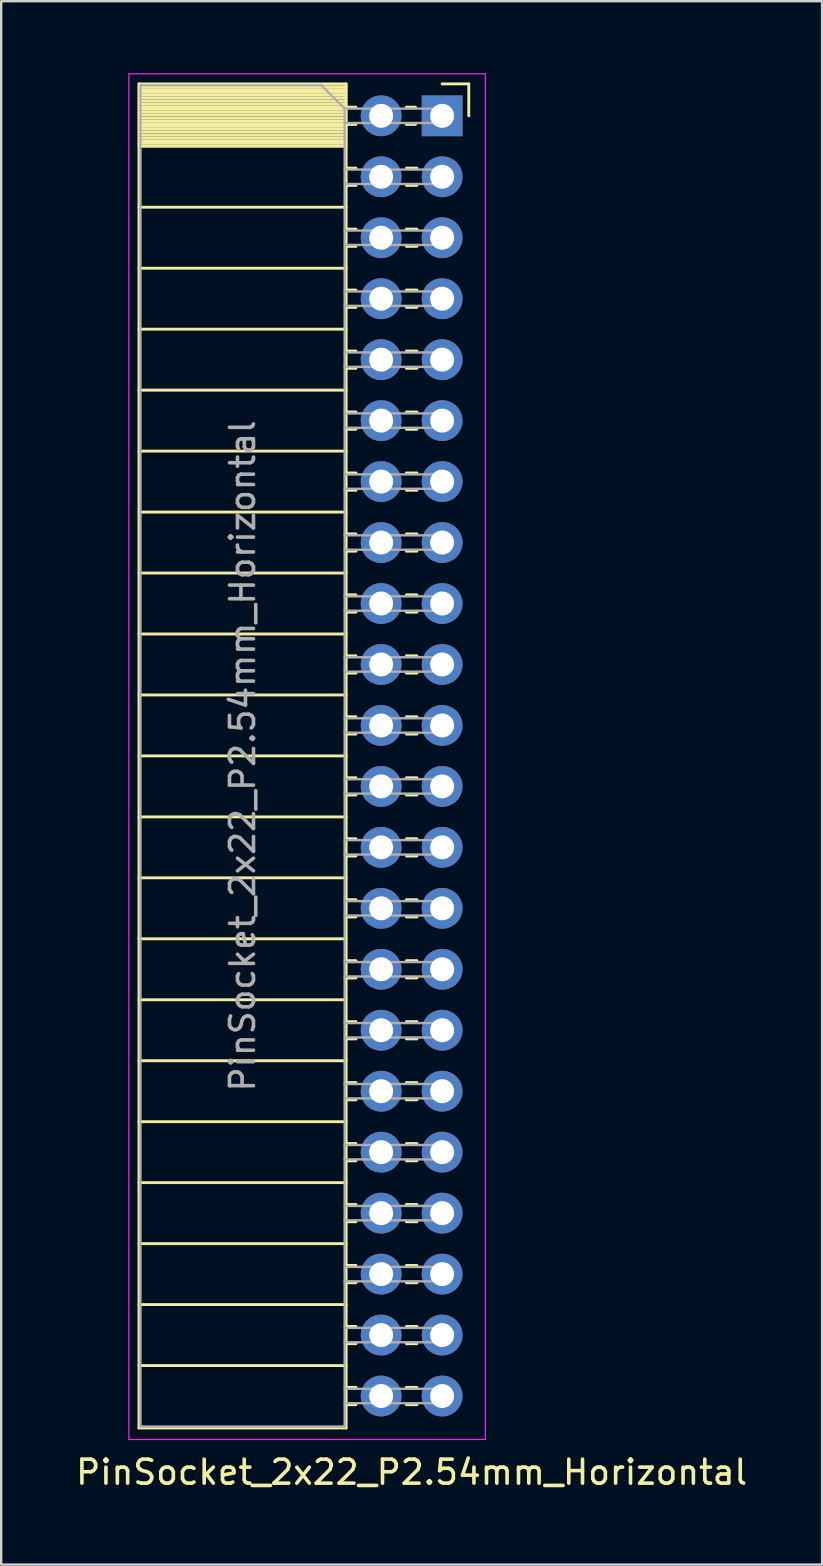
<source format=kicad_pcb>
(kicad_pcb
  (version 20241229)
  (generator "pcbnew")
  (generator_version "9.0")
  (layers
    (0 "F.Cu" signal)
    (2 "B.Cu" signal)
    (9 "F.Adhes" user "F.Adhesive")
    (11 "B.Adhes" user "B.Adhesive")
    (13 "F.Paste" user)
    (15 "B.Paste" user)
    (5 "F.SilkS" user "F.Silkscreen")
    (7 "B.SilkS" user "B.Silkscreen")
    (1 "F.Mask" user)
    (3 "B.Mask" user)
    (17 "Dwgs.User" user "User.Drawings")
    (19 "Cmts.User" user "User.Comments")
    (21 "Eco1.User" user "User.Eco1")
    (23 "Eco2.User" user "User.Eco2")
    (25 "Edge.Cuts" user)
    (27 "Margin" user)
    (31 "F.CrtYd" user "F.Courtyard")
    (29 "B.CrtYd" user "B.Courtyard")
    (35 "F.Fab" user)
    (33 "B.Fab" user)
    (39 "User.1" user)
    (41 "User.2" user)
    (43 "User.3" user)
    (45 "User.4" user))
  (footprint "PinSocket_2x22_P2.54mm_Horizontal"
    (layer "F.Cu")
    (at 15.371 1.775)
    (property "Reference" "PinSocket_2x22_P2.54mm_Horizontal" (at -1.27 56.515 180) (layer "F.SilkS") (effects (font (size 1 1) (thickness 0.15))))
    (attr through_hole)
    (fp_line (start -12.63 -1.33) (end -12.63 54.67) (stroke (width 0.12) (type solid)) (layer "F.SilkS"))
    (fp_line (start -12.63 -1.33) (end -4 -1.33) (stroke (width 0.12) (type solid)) (layer "F.SilkS"))
    (fp_line (start -12.63 -1.21) (end -4 -1.21) (stroke (width 0.12) (type solid)) (layer "F.SilkS"))
    (fp_line (start -12.63 -1.092) (end -4 -1.092) (stroke (width 0.12) (type solid)) (layer "F.SilkS"))
    (fp_line (start -12.63 -0.974) (end -4 -0.974) (stroke (width 0.12) (type solid)) (layer "F.SilkS"))
    (fp_line (start -12.63 -0.856) (end -4 -0.856) (stroke (width 0.12) (type solid)) (layer "F.SilkS"))
    (fp_line (start -12.63 -0.738) (end -4 -0.738) (stroke (width 0.12) (type solid)) (layer "F.SilkS"))
    (fp_line (start -12.63 -0.62) (end -4 -0.62) (stroke (width 0.12) (type solid)) (layer "F.SilkS"))
    (fp_line (start -12.63 -0.501) (end -4 -0.501) (stroke (width 0.12) (type solid)) (layer "F.SilkS"))
    (fp_line (start -12.63 -0.383) (end -4 -0.383) (stroke (width 0.12) (type solid)) (layer "F.SilkS"))
    (fp_line (start -12.63 -0.265) (end -4 -0.265) (stroke (width 0.12) (type solid)) (layer "F.SilkS"))
    (fp_line (start -12.63 -0.147) (end -4 -0.147) (stroke (width 0.12) (type solid)) (layer "F.SilkS"))
    (fp_line (start -12.63 -0.029) (end -4 -0.029) (stroke (width 0.12) (type solid)) (layer "F.SilkS"))
    (fp_line (start -12.63 0.089) (end -4 0.089) (stroke (width 0.12) (type solid)) (layer "F.SilkS"))
    (fp_line (start -12.63 0.207) (end -4 0.207) (stroke (width 0.12) (type solid)) (layer "F.SilkS"))
    (fp_line (start -12.63 0.325) (end -4 0.325) (stroke (width 0.12) (type solid)) (layer "F.SilkS"))
    (fp_line (start -12.63 0.443) (end -4 0.443) (stroke (width 0.12) (type solid)) (layer "F.SilkS"))
    (fp_line (start -12.63 0.561) (end -4 0.561) (stroke (width 0.12) (type solid)) (layer "F.SilkS"))
    (fp_line (start -12.63 0.68) (end -4 0.68) (stroke (width 0.12) (type solid)) (layer "F.SilkS"))
    (fp_line (start -12.63 0.798) (end -4 0.798) (stroke (width 0.12) (type solid)) (layer "F.SilkS"))
    (fp_line (start -12.63 0.916) (end -4 0.916) (stroke (width 0.12) (type solid)) (layer "F.SilkS"))
    (fp_line (start -12.63 1.034) (end -4 1.034) (stroke (width 0.12) (type solid)) (layer "F.SilkS"))
    (fp_line (start -12.63 1.152) (end -4 1.152) (stroke (width 0.12) (type solid)) (layer "F.SilkS"))
    (fp_line (start -12.63 1.27) (end -4 1.27) (stroke (width 0.12) (type solid)) (layer "F.SilkS"))
    (fp_line (start -12.63 3.81) (end -4 3.81) (stroke (width 0.12) (type solid)) (layer "F.SilkS"))
    (fp_line (start -12.63 6.35) (end -4 6.35) (stroke (width 0.12) (type solid)) (layer "F.SilkS"))
    (fp_line (start -12.63 8.89) (end -4 8.89) (stroke (width 0.12) (type solid)) (layer "F.SilkS"))
    (fp_line (start -12.63 11.43) (end -4 11.43) (stroke (width 0.12) (type solid)) (layer "F.SilkS"))
    (fp_line (start -12.63 13.97) (end -4 13.97) (stroke (width 0.12) (type solid)) (layer "F.SilkS"))
    (fp_line (start -12.63 16.51) (end -4 16.51) (stroke (width 0.12) (type solid)) (layer "F.SilkS"))
    (fp_line (start -12.63 19.05) (end -4 19.05) (stroke (width 0.12) (type solid)) (layer "F.SilkS"))
    (fp_line (start -12.63 21.59) (end -4 21.59) (stroke (width 0.12) (type solid)) (layer "F.SilkS"))
    (fp_line (start -12.63 24.13) (end -4 24.13) (stroke (width 0.12) (type solid)) (layer "F.SilkS"))
    (fp_line (start -12.63 26.67) (end -4 26.67) (stroke (width 0.12) (type solid)) (layer "F.SilkS"))
    (fp_line (start -12.63 29.21) (end -4 29.21) (stroke (width 0.12) (type solid)) (layer "F.SilkS"))
    (fp_line (start -12.63 31.75) (end -4 31.75) (stroke (width 0.12) (type solid)) (layer "F.SilkS"))
    (fp_line (start -12.63 34.29) (end -4 34.29) (stroke (width 0.12) (type solid)) (layer "F.SilkS"))
    (fp_line (start -12.63 36.83) (end -4 36.83) (stroke (width 0.12) (type solid)) (layer "F.SilkS"))
    (fp_line (start -12.63 39.37) (end -4 39.37) (stroke (width 0.12) (type solid)) (layer "F.SilkS"))
    (fp_line (start -12.63 41.91) (end -4 41.91) (stroke (width 0.12) (type solid)) (layer "F.SilkS"))
    (fp_line (start -12.63 44.45) (end -4 44.45) (stroke (width 0.12) (type solid)) (layer "F.SilkS"))
    (fp_line (start -12.63 46.99) (end -4 46.99) (stroke (width 0.12) (type solid)) (layer "F.SilkS"))
    (fp_line (start -12.63 49.53) (end -4 49.53) (stroke (width 0.12) (type solid)) (layer "F.SilkS"))
    (fp_line (start -12.63 52.07) (end -4 52.07) (stroke (width 0.12) (type solid)) (layer "F.SilkS"))
    (fp_line (start -12.63 54.67) (end -4 54.67) (stroke (width 0.12) (type solid)) (layer "F.SilkS"))
    (fp_line (start -4 -1.33) (end -4 54.67) (stroke (width 0.12) (type solid)) (layer "F.SilkS"))
    (fp_line (start -4 -0.36) (end -3.59 -0.36) (stroke (width 0.12) (type solid)) (layer "F.SilkS"))
    (fp_line (start -4 0.36) (end -3.59 0.36) (stroke (width 0.12) (type solid)) (layer "F.SilkS"))
    (fp_line (start -4 2.18) (end -3.59 2.18) (stroke (width 0.12) (type solid)) (layer "F.SilkS"))
    (fp_line (start -4 2.9) (end -3.59 2.9) (stroke (width 0.12) (type solid)) (layer "F.SilkS"))
    (fp_line (start -4 4.72) (end -3.59 4.72) (stroke (width 0.12) (type solid)) (layer "F.SilkS"))
    (fp_line (start -4 5.44) (end -3.59 5.44) (stroke (width 0.12) (type solid)) (layer "F.SilkS"))
    (fp_line (start -4 7.26) (end -3.59 7.26) (stroke (width 0.12) (type solid)) (layer "F.SilkS"))
    (fp_line (start -4 7.98) (end -3.59 7.98) (stroke (width 0.12) (type solid)) (layer "F.SilkS"))
    (fp_line (start -4 9.8) (end -3.59 9.8) (stroke (width 0.12) (type solid)) (layer "F.SilkS"))
    (fp_line (start -4 10.52) (end -3.59 10.52) (stroke (width 0.12) (type solid)) (layer "F.SilkS"))
    (fp_line (start -4 12.34) (end -3.59 12.34) (stroke (width 0.12) (type solid)) (layer "F.SilkS"))
    (fp_line (start -4 13.06) (end -3.59 13.06) (stroke (width 0.12) (type solid)) (layer "F.SilkS"))
    (fp_line (start -4 14.88) (end -3.59 14.88) (stroke (width 0.12) (type solid)) (layer "F.SilkS"))
    (fp_line (start -4 15.6) (end -3.59 15.6) (stroke (width 0.12) (type solid)) (layer "F.SilkS"))
    (fp_line (start -4 17.42) (end -3.59 17.42) (stroke (width 0.12) (type solid)) (layer "F.SilkS"))
    (fp_line (start -4 18.14) (end -3.59 18.14) (stroke (width 0.12) (type solid)) (layer "F.SilkS"))
    (fp_line (start -4 19.96) (end -3.59 19.96) (stroke (width 0.12) (type solid)) (layer "F.SilkS"))
    (fp_line (start -4 20.68) (end -3.59 20.68) (stroke (width 0.12) (type solid)) (layer "F.SilkS"))
    (fp_line (start -4 22.5) (end -3.59 22.5) (stroke (width 0.12) (type solid)) (layer "F.SilkS"))
    (fp_line (start -4 23.22) (end -3.59 23.22) (stroke (width 0.12) (type solid)) (layer "F.SilkS"))
    (fp_line (start -4 25.04) (end -3.59 25.04) (stroke (width 0.12) (type solid)) (layer "F.SilkS"))
    (fp_line (start -4 25.76) (end -3.59 25.76) (stroke (width 0.12) (type solid)) (layer "F.SilkS"))
    (fp_line (start -4 27.58) (end -3.59 27.58) (stroke (width 0.12) (type solid)) (layer "F.SilkS"))
    (fp_line (start -4 28.3) (end -3.59 28.3) (stroke (width 0.12) (type solid)) (layer "F.SilkS"))
    (fp_line (start -4 30.12) (end -3.59 30.12) (stroke (width 0.12) (type solid)) (layer "F.SilkS"))
    (fp_line (start -4 30.84) (end -3.59 30.84) (stroke (width 0.12) (type solid)) (layer "F.SilkS"))
    (fp_line (start -4 32.66) (end -3.59 32.66) (stroke (width 0.12) (type solid)) (layer "F.SilkS"))
    (fp_line (start -4 33.38) (end -3.59 33.38) (stroke (width 0.12) (type solid)) (layer "F.SilkS"))
    (fp_line (start -4 35.2) (end -3.59 35.2) (stroke (width 0.12) (type solid)) (layer "F.SilkS"))
    (fp_line (start -4 35.92) (end -3.59 35.92) (stroke (width 0.12) (type solid)) (layer "F.SilkS"))
    (fp_line (start -4 37.74) (end -3.59 37.74) (stroke (width 0.12) (type solid)) (layer "F.SilkS"))
    (fp_line (start -4 38.46) (end -3.59 38.46) (stroke (width 0.12) (type solid)) (layer "F.SilkS"))
    (fp_line (start -4 40.28) (end -3.59 40.28) (stroke (width 0.12) (type solid)) (layer "F.SilkS"))
    (fp_line (start -4 41) (end -3.59 41) (stroke (width 0.12) (type solid)) (layer "F.SilkS"))
    (fp_line (start -4 42.82) (end -3.59 42.82) (stroke (width 0.12) (type solid)) (layer "F.SilkS"))
    (fp_line (start -4 43.54) (end -3.59 43.54) (stroke (width 0.12) (type solid)) (layer "F.SilkS"))
    (fp_line (start -4 45.36) (end -3.59 45.36) (stroke (width 0.12) (type solid)) (layer "F.SilkS"))
    (fp_line (start -4 46.08) (end -3.59 46.08) (stroke (width 0.12) (type solid)) (layer "F.SilkS"))
    (fp_line (start -4 47.9) (end -3.59 47.9) (stroke (width 0.12) (type solid)) (layer "F.SilkS"))
    (fp_line (start -4 48.62) (end -3.59 48.62) (stroke (width 0.12) (type solid)) (layer "F.SilkS"))
    (fp_line (start -4 50.44) (end -3.59 50.44) (stroke (width 0.12) (type solid)) (layer "F.SilkS"))
    (fp_line (start -4 51.16) (end -3.59 51.16) (stroke (width 0.12) (type solid)) (layer "F.SilkS"))
    (fp_line (start -4 52.98) (end -3.59 52.98) (stroke (width 0.12) (type solid)) (layer "F.SilkS"))
    (fp_line (start -4 53.7) (end -3.59 53.7) (stroke (width 0.12) (type solid)) (layer "F.SilkS"))
    (fp_line (start -1.49 -0.36) (end -1.11 -0.36) (stroke (width 0.12) (type solid)) (layer "F.SilkS"))
    (fp_line (start -1.49 0.36) (end -1.11 0.36) (stroke (width 0.12) (type solid)) (layer "F.SilkS"))
    (fp_line (start -1.49 2.18) (end -1.05 2.18) (stroke (width 0.12) (type solid)) (layer "F.SilkS"))
    (fp_line (start -1.49 2.9) (end -1.05 2.9) (stroke (width 0.12) (type solid)) (layer "F.SilkS"))
    (fp_line (start -1.49 4.72) (end -1.05 4.72) (stroke (width 0.12) (type solid)) (layer "F.SilkS"))
    (fp_line (start -1.49 5.44) (end -1.05 5.44) (stroke (width 0.12) (type solid)) (layer "F.SilkS"))
    (fp_line (start -1.49 7.26) (end -1.05 7.26) (stroke (width 0.12) (type solid)) (layer "F.SilkS"))
    (fp_line (start -1.49 7.98) (end -1.05 7.98) (stroke (width 0.12) (type solid)) (layer "F.SilkS"))
    (fp_line (start -1.49 9.8) (end -1.05 9.8) (stroke (width 0.12) (type solid)) (layer "F.SilkS"))
    (fp_line (start -1.49 10.52) (end -1.05 10.52) (stroke (width 0.12) (type solid)) (layer "F.SilkS"))
    (fp_line (start -1.49 12.34) (end -1.05 12.34) (stroke (width 0.12) (type solid)) (layer "F.SilkS"))
    (fp_line (start -1.49 13.06) (end -1.05 13.06) (stroke (width 0.12) (type solid)) (layer "F.SilkS"))
    (fp_line (start -1.49 14.88) (end -1.05 14.88) (stroke (width 0.12) (type solid)) (layer "F.SilkS"))
    (fp_line (start -1.49 15.6) (end -1.05 15.6) (stroke (width 0.12) (type solid)) (layer "F.SilkS"))
    (fp_line (start -1.49 17.42) (end -1.05 17.42) (stroke (width 0.12) (type solid)) (layer "F.SilkS"))
    (fp_line (start -1.49 18.14) (end -1.05 18.14) (stroke (width 0.12) (type solid)) (layer "F.SilkS"))
    (fp_line (start -1.49 19.96) (end -1.05 19.96) (stroke (width 0.12) (type solid)) (layer "F.SilkS"))
    (fp_line (start -1.49 20.68) (end -1.05 20.68) (stroke (width 0.12) (type solid)) (layer "F.SilkS"))
    (fp_line (start -1.49 22.5) (end -1.05 22.5) (stroke (width 0.12) (type solid)) (layer "F.SilkS"))
    (fp_line (start -1.49 23.22) (end -1.05 23.22) (stroke (width 0.12) (type solid)) (layer "F.SilkS"))
    (fp_line (start -1.49 25.04) (end -1.05 25.04) (stroke (width 0.12) (type solid)) (layer "F.SilkS"))
    (fp_line (start -1.49 25.76) (end -1.05 25.76) (stroke (width 0.12) (type solid)) (layer "F.SilkS"))
    (fp_line (start -1.49 27.58) (end -1.05 27.58) (stroke (width 0.12) (type solid)) (layer "F.SilkS"))
    (fp_line (start -1.49 28.3) (end -1.05 28.3) (stroke (width 0.12) (type solid)) (layer "F.SilkS"))
    (fp_line (start -1.49 30.12) (end -1.05 30.12) (stroke (width 0.12) (type solid)) (layer "F.SilkS"))
    (fp_line (start -1.49 30.84) (end -1.05 30.84) (stroke (width 0.12) (type solid)) (layer "F.SilkS"))
    (fp_line (start -1.49 32.66) (end -1.05 32.66) (stroke (width 0.12) (type solid)) (layer "F.SilkS"))
    (fp_line (start -1.49 33.38) (end -1.05 33.38) (stroke (width 0.12) (type solid)) (layer "F.SilkS"))
    (fp_line (start -1.49 35.2) (end -1.05 35.2) (stroke (width 0.12) (type solid)) (layer "F.SilkS"))
    (fp_line (start -1.49 35.92) (end -1.05 35.92) (stroke (width 0.12) (type solid)) (layer "F.SilkS"))
    (fp_line (start -1.49 37.74) (end -1.05 37.74) (stroke (width 0.12) (type solid)) (layer "F.SilkS"))
    (fp_line (start -1.49 38.46) (end -1.05 38.46) (stroke (width 0.12) (type solid)) (layer "F.SilkS"))
    (fp_line (start -1.49 40.28) (end -1.05 40.28) (stroke (width 0.12) (type solid)) (layer "F.SilkS"))
    (fp_line (start -1.49 41) (end -1.05 41) (stroke (width 0.12) (type solid)) (layer "F.SilkS"))
    (fp_line (start -1.49 42.82) (end -1.05 42.82) (stroke (width 0.12) (type solid)) (layer "F.SilkS"))
    (fp_line (start -1.49 43.54) (end -1.05 43.54) (stroke (width 0.12) (type solid)) (layer "F.SilkS"))
    (fp_line (start -1.49 45.36) (end -1.05 45.36) (stroke (width 0.12) (type solid)) (layer "F.SilkS"))
    (fp_line (start -1.49 46.08) (end -1.05 46.08) (stroke (width 0.12) (type solid)) (layer "F.SilkS"))
    (fp_line (start -1.49 47.9) (end -1.05 47.9) (stroke (width 0.12) (type solid)) (layer "F.SilkS"))
    (fp_line (start -1.49 48.62) (end -1.05 48.62) (stroke (width 0.12) (type solid)) (layer "F.SilkS"))
    (fp_line (start -1.49 50.44) (end -1.05 50.44) (stroke (width 0.12) (type solid)) (layer "F.SilkS"))
    (fp_line (start -1.49 51.16) (end -1.05 51.16) (stroke (width 0.12) (type solid)) (layer "F.SilkS"))
    (fp_line (start -1.49 52.98) (end -1.05 52.98) (stroke (width 0.12) (type solid)) (layer "F.SilkS"))
    (fp_line (start -1.49 53.7) (end -1.05 53.7) (stroke (width 0.12) (type solid)) (layer "F.SilkS"))
    (fp_line (start 0 -1.33) (end 1.11 -1.33) (stroke (width 0.12) (type solid)) (layer "F.SilkS"))
    (fp_line (start 1.11 -1.33) (end 1.11 0) (stroke (width 0.12) (type solid)) (layer "F.SilkS"))
    (fp_line (start -13.05 -1.75) (end -13.05 55.15) (stroke (width 0.05) (type solid)) (layer "F.CrtYd"))
    (fp_line (start -13.05 55.15) (end 1.8 55.15) (stroke (width 0.05) (type solid)) (layer "F.CrtYd"))
    (fp_line (start 1.8 -1.75) (end -13.05 -1.75) (stroke (width 0.05) (type solid)) (layer "F.CrtYd"))
    (fp_line (start 1.8 55.15) (end 1.8 -1.75) (stroke (width 0.05) (type solid)) (layer "F.CrtYd"))
    (fp_line (start -12.57 -1.27) (end -5.03 -1.27) (stroke (width 0.1) (type solid)) (layer "F.Fab"))
    (fp_line (start -12.57 54.61) (end -12.57 -1.27) (stroke (width 0.1) (type solid)) (layer "F.Fab"))
    (fp_line (start -5.03 -1.27) (end -4.06 -0.3) (stroke (width 0.1) (type solid)) (layer "F.Fab"))
    (fp_line (start -4.06 -0.3) (end -4.06 54.61) (stroke (width 0.1) (type solid)) (layer "F.Fab"))
    (fp_line (start -4.06 0.3) (end 0 0.3) (stroke (width 0.1) (type solid)) (layer "F.Fab"))
    (fp_line (start -4.06 2.84) (end 0 2.84) (stroke (width 0.1) (type solid)) (layer "F.Fab"))
    (fp_line (start -4.06 5.38) (end 0 5.38) (stroke (width 0.1) (type solid)) (layer "F.Fab"))
    (fp_line (start -4.06 7.92) (end 0 7.92) (stroke (width 0.1) (type solid)) (layer "F.Fab"))
    (fp_line (start -4.06 10.46) (end 0 10.46) (stroke (width 0.1) (type solid)) (layer "F.Fab"))
    (fp_line (start -4.06 13) (end 0 13) (stroke (width 0.1) (type solid)) (layer "F.Fab"))
    (fp_line (start -4.06 15.54) (end 0 15.54) (stroke (width 0.1) (type solid)) (layer "F.Fab"))
    (fp_line (start -4.06 18.08) (end 0 18.08) (stroke (width 0.1) (type solid)) (layer "F.Fab"))
    (fp_line (start -4.06 20.62) (end 0 20.62) (stroke (width 0.1) (type solid)) (layer "F.Fab"))
    (fp_line (start -4.06 23.16) (end 0 23.16) (stroke (width 0.1) (type solid)) (layer "F.Fab"))
    (fp_line (start -4.06 25.7) (end 0 25.7) (stroke (width 0.1) (type solid)) (layer "F.Fab"))
    (fp_line (start -4.06 28.24) (end 0 28.24) (stroke (width 0.1) (type solid)) (layer "F.Fab"))
    (fp_line (start -4.06 30.78) (end 0 30.78) (stroke (width 0.1) (type solid)) (layer "F.Fab"))
    (fp_line (start -4.06 33.32) (end 0 33.32) (stroke (width 0.1) (type solid)) (layer "F.Fab"))
    (fp_line (start -4.06 35.86) (end 0 35.86) (stroke (width 0.1) (type solid)) (layer "F.Fab"))
    (fp_line (start -4.06 38.4) (end 0 38.4) (stroke (width 0.1) (type solid)) (layer "F.Fab"))
    (fp_line (start -4.06 40.94) (end 0 40.94) (stroke (width 0.1) (type solid)) (layer "F.Fab"))
    (fp_line (start -4.06 43.48) (end 0 43.48) (stroke (width 0.1) (type solid)) (layer "F.Fab"))
    (fp_line (start -4.06 46.02) (end 0 46.02) (stroke (width 0.1) (type solid)) (layer "F.Fab"))
    (fp_line (start -4.06 48.56) (end 0 48.56) (stroke (width 0.1) (type solid)) (layer "F.Fab"))
    (fp_line (start -4.06 51.1) (end 0 51.1) (stroke (width 0.1) (type solid)) (layer "F.Fab"))
    (fp_line (start -4.06 53.64) (end 0 53.64) (stroke (width 0.1) (type solid)) (layer "F.Fab"))
    (fp_line (start -4.06 54.61) (end -12.57 54.61) (stroke (width 0.1) (type solid)) (layer "F.Fab"))
    (fp_line (start 0 -0.3) (end -4.06 -0.3) (stroke (width 0.1) (type solid)) (layer "F.Fab"))
    (fp_line (start 0 0.3) (end 0 -0.3) (stroke (width 0.1) (type solid)) (layer "F.Fab"))
    (fp_line (start 0 2.24) (end -4.06 2.24) (stroke (width 0.1) (type solid)) (layer "F.Fab"))
    (fp_line (start 0 2.84) (end 0 2.24) (stroke (width 0.1) (type solid)) (layer "F.Fab"))
    (fp_line (start 0 4.78) (end -4.06 4.78) (stroke (width 0.1) (type solid)) (layer "F.Fab"))
    (fp_line (start 0 5.38) (end 0 4.78) (stroke (width 0.1) (type solid)) (layer "F.Fab"))
    (fp_line (start 0 7.32) (end -4.06 7.32) (stroke (width 0.1) (type solid)) (layer "F.Fab"))
    (fp_line (start 0 7.92) (end 0 7.32) (stroke (width 0.1) (type solid)) (layer "F.Fab"))
    (fp_line (start 0 9.86) (end -4.06 9.86) (stroke (width 0.1) (type solid)) (layer "F.Fab"))
    (fp_line (start 0 10.46) (end 0 9.86) (stroke (width 0.1) (type solid)) (layer "F.Fab"))
    (fp_line (start 0 12.4) (end -4.06 12.4) (stroke (width 0.1) (type solid)) (layer "F.Fab"))
    (fp_line (start 0 13) (end 0 12.4) (stroke (width 0.1) (type solid)) (layer "F.Fab"))
    (fp_line (start 0 14.94) (end -4.06 14.94) (stroke (width 0.1) (type solid)) (layer "F.Fab"))
    (fp_line (start 0 15.54) (end 0 14.94) (stroke (width 0.1) (type solid)) (layer "F.Fab"))
    (fp_line (start 0 17.48) (end -4.06 17.48) (stroke (width 0.1) (type solid)) (layer "F.Fab"))
    (fp_line (start 0 18.08) (end 0 17.48) (stroke (width 0.1) (type solid)) (layer "F.Fab"))
    (fp_line (start 0 20.02) (end -4.06 20.02) (stroke (width 0.1) (type solid)) (layer "F.Fab"))
    (fp_line (start 0 20.62) (end 0 20.02) (stroke (width 0.1) (type solid)) (layer "F.Fab"))
    (fp_line (start 0 22.56) (end -4.06 22.56) (stroke (width 0.1) (type solid)) (layer "F.Fab"))
    (fp_line (start 0 23.16) (end 0 22.56) (stroke (width 0.1) (type solid)) (layer "F.Fab"))
    (fp_line (start 0 25.1) (end -4.06 25.1) (stroke (width 0.1) (type solid)) (layer "F.Fab"))
    (fp_line (start 0 25.7) (end 0 25.1) (stroke (width 0.1) (type solid)) (layer "F.Fab"))
    (fp_line (start 0 27.64) (end -4.06 27.64) (stroke (width 0.1) (type solid)) (layer "F.Fab"))
    (fp_line (start 0 28.24) (end 0 27.64) (stroke (width 0.1) (type solid)) (layer "F.Fab"))
    (fp_line (start 0 30.18) (end -4.06 30.18) (stroke (width 0.1) (type solid)) (layer "F.Fab"))
    (fp_line (start 0 30.78) (end 0 30.18) (stroke (width 0.1) (type solid)) (layer "F.Fab"))
    (fp_line (start 0 32.72) (end -4.06 32.72) (stroke (width 0.1) (type solid)) (layer "F.Fab"))
    (fp_line (start 0 33.32) (end 0 32.72) (stroke (width 0.1) (type solid)) (layer "F.Fab"))
    (fp_line (start 0 35.26) (end -4.06 35.26) (stroke (width 0.1) (type solid)) (layer "F.Fab"))
    (fp_line (start 0 35.86) (end 0 35.26) (stroke (width 0.1) (type solid)) (layer "F.Fab"))
    (fp_line (start 0 37.8) (end -4.06 37.8) (stroke (width 0.1) (type solid)) (layer "F.Fab"))
    (fp_line (start 0 38.4) (end 0 37.8) (stroke (width 0.1) (type solid)) (layer "F.Fab"))
    (fp_line (start 0 40.34) (end -4.06 40.34) (stroke (width 0.1) (type solid)) (layer "F.Fab"))
    (fp_line (start 0 40.94) (end 0 40.34) (stroke (width 0.1) (type solid)) (layer "F.Fab"))
    (fp_line (start 0 42.88) (end -4.06 42.88) (stroke (width 0.1) (type solid)) (layer "F.Fab"))
    (fp_line (start 0 43.48) (end 0 42.88) (stroke (width 0.1) (type solid)) (layer "F.Fab"))
    (fp_line (start 0 45.42) (end -4.06 45.42) (stroke (width 0.1) (type solid)) (layer "F.Fab"))
    (fp_line (start 0 46.02) (end 0 45.42) (stroke (width 0.1) (type solid)) (layer "F.Fab"))
    (fp_line (start 0 47.96) (end -4.06 47.96) (stroke (width 0.1) (type solid)) (layer "F.Fab"))
    (fp_line (start 0 48.56) (end 0 47.96) (stroke (width 0.1) (type solid)) (layer "F.Fab"))
    (fp_line (start 0 50.5) (end -4.06 50.5) (stroke (width 0.1) (type solid)) (layer "F.Fab"))
    (fp_line (start 0 51.1) (end 0 50.5) (stroke (width 0.1) (type solid)) (layer "F.Fab"))
    (fp_line (start 0 53.04) (end -4.06 53.04) (stroke (width 0.1) (type solid)) (layer "F.Fab"))
    (fp_line (start 0 53.64) (end 0 53.04) (stroke (width 0.1) (type solid)) (layer "F.Fab"))
    (fp_text user "${REFERENCE}" (at -8.315 26.67 270) (layer "F.Fab") (effects (font (size 1 1) (thickness 0.15))))
    (pad "1" thru_hole rect (at 0 0) (size 1.7 1.7) (drill 1) (layers "*.Cu" "*.Mask"))
    (pad "2" thru_hole oval (at -2.54 0) (size 1.7 1.7) (drill 1) (layers "*.Cu" "*.Mask"))
    (pad "3" thru_hole oval (at 0 2.54) (size 1.7 1.7) (drill 1) (layers "*.Cu" "*.Mask"))
    (pad "4" thru_hole oval (at -2.54 2.54) (size 1.7 1.7) (drill 1) (layers "*.Cu" "*.Mask"))
    (pad "5" thru_hole oval (at 0 5.08) (size 1.7 1.7) (drill 1) (layers "*.Cu" "*.Mask"))
    (pad "6" thru_hole oval (at -2.54 5.08) (size 1.7 1.7) (drill 1) (layers "*.Cu" "*.Mask"))
    (pad "7" thru_hole oval (at 0 7.62) (size 1.7 1.7) (drill 1) (layers "*.Cu" "*.Mask"))
    (pad "8" thru_hole oval (at -2.54 7.62) (size 1.7 1.7) (drill 1) (layers "*.Cu" "*.Mask"))
    (pad "9" thru_hole oval (at 0 10.16) (size 1.7 1.7) (drill 1) (layers "*.Cu" "*.Mask"))
    (pad "10" thru_hole oval (at -2.54 10.16) (size 1.7 1.7) (drill 1) (layers "*.Cu" "*.Mask"))
    (pad "11" thru_hole oval (at 0 12.7) (size 1.7 1.7) (drill 1) (layers "*.Cu" "*.Mask"))
    (pad "12" thru_hole oval (at -2.54 12.7) (size 1.7 1.7) (drill 1) (layers "*.Cu" "*.Mask"))
    (pad "13" thru_hole oval (at 0 15.24) (size 1.7 1.7) (drill 1) (layers "*.Cu" "*.Mask"))
    (pad "14" thru_hole oval (at -2.54 15.24) (size 1.7 1.7) (drill 1) (layers "*.Cu" "*.Mask"))
    (pad "15" thru_hole oval (at 0 17.78) (size 1.7 1.7) (drill 1) (layers "*.Cu" "*.Mask"))
    (pad "16" thru_hole oval (at -2.54 17.78) (size 1.7 1.7) (drill 1) (layers "*.Cu" "*.Mask"))
    (pad "17" thru_hole oval (at 0 20.32) (size 1.7 1.7) (drill 1) (layers "*.Cu" "*.Mask"))
    (pad "18" thru_hole oval (at -2.54 20.32) (size 1.7 1.7) (drill 1) (layers "*.Cu" "*.Mask"))
    (pad "19" thru_hole oval (at 0 22.86) (size 1.7 1.7) (drill 1) (layers "*.Cu" "*.Mask"))
    (pad "20" thru_hole oval (at -2.54 22.86) (size 1.7 1.7) (drill 1) (layers "*.Cu" "*.Mask"))
    (pad "21" thru_hole oval (at 0 25.4) (size 1.7 1.7) (drill 1) (layers "*.Cu" "*.Mask"))
    (pad "22" thru_hole oval (at -2.54 25.4) (size 1.7 1.7) (drill 1) (layers "*.Cu" "*.Mask"))
    (pad "23" thru_hole oval (at 0 27.94) (size 1.7 1.7) (drill 1) (layers "*.Cu" "*.Mask"))
    (pad "24" thru_hole oval (at -2.54 27.94) (size 1.7 1.7) (drill 1) (layers "*.Cu" "*.Mask"))
    (pad "25" thru_hole oval (at 0 30.48) (size 1.7 1.7) (drill 1) (layers "*.Cu" "*.Mask"))
    (pad "26" thru_hole oval (at -2.54 30.48) (size 1.7 1.7) (drill 1) (layers "*.Cu" "*.Mask"))
    (pad "27" thru_hole oval (at 0 33.02) (size 1.7 1.7) (drill 1) (layers "*.Cu" "*.Mask"))
    (pad "28" thru_hole oval (at -2.54 33.02) (size 1.7 1.7) (drill 1) (layers "*.Cu" "*.Mask"))
    (pad "29" thru_hole oval (at 0 35.56) (size 1.7 1.7) (drill 1) (layers "*.Cu" "*.Mask"))
    (pad "30" thru_hole oval (at -2.54 35.56) (size 1.7 1.7) (drill 1) (layers "*.Cu" "*.Mask"))
    (pad "31" thru_hole oval (at 0 38.1) (size 1.7 1.7) (drill 1) (layers "*.Cu" "*.Mask"))
    (pad "32" thru_hole oval (at -2.54 38.1) (size 1.7 1.7) (drill 1) (layers "*.Cu" "*.Mask"))
    (pad "33" thru_hole oval (at 0 40.64) (size 1.7 1.7) (drill 1) (layers "*.Cu" "*.Mask"))
    (pad "34" thru_hole oval (at -2.54 40.64) (size 1.7 1.7) (drill 1) (layers "*.Cu" "*.Mask"))
    (pad "35" thru_hole oval (at 0 43.18) (size 1.7 1.7) (drill 1) (layers "*.Cu" "*.Mask"))
    (pad "36" thru_hole oval (at -2.54 43.18) (size 1.7 1.7) (drill 1) (layers "*.Cu" "*.Mask"))
    (pad "37" thru_hole oval (at 0 45.72) (size 1.7 1.7) (drill 1) (layers "*.Cu" "*.Mask"))
    (pad "38" thru_hole oval (at -2.54 45.72) (size 1.7 1.7) (drill 1) (layers "*.Cu" "*.Mask"))
    (pad "39" thru_hole oval (at 0 48.26) (size 1.7 1.7) (drill 1) (layers "*.Cu" "*.Mask"))
    (pad "40" thru_hole oval (at -2.54 48.26) (size 1.7 1.7) (drill 1) (layers "*.Cu" "*.Mask"))
    (pad "41" thru_hole oval (at 0 50.8) (size 1.7 1.7) (drill 1) (layers "*.Cu" "*.Mask"))
    (pad "42" thru_hole oval (at -2.54 50.8) (size 1.7 1.7) (drill 1) (layers "*.Cu" "*.Mask"))
    (pad "43" thru_hole oval (at 0 53.34) (size 1.7 1.7) (drill 1) (layers "*.Cu" "*.Mask"))
    (pad "44" thru_hole oval (at -2.54 53.34) (size 1.7 1.7) (drill 1) (layers "*.Cu" "*.Mask")))
  (gr_rect
    (start -3 -3)
    (end 31.202 62.138)
    (stroke (width 0.1) (type default))
    (fill no)
    (layer "Edge.Cuts")))
</source>
